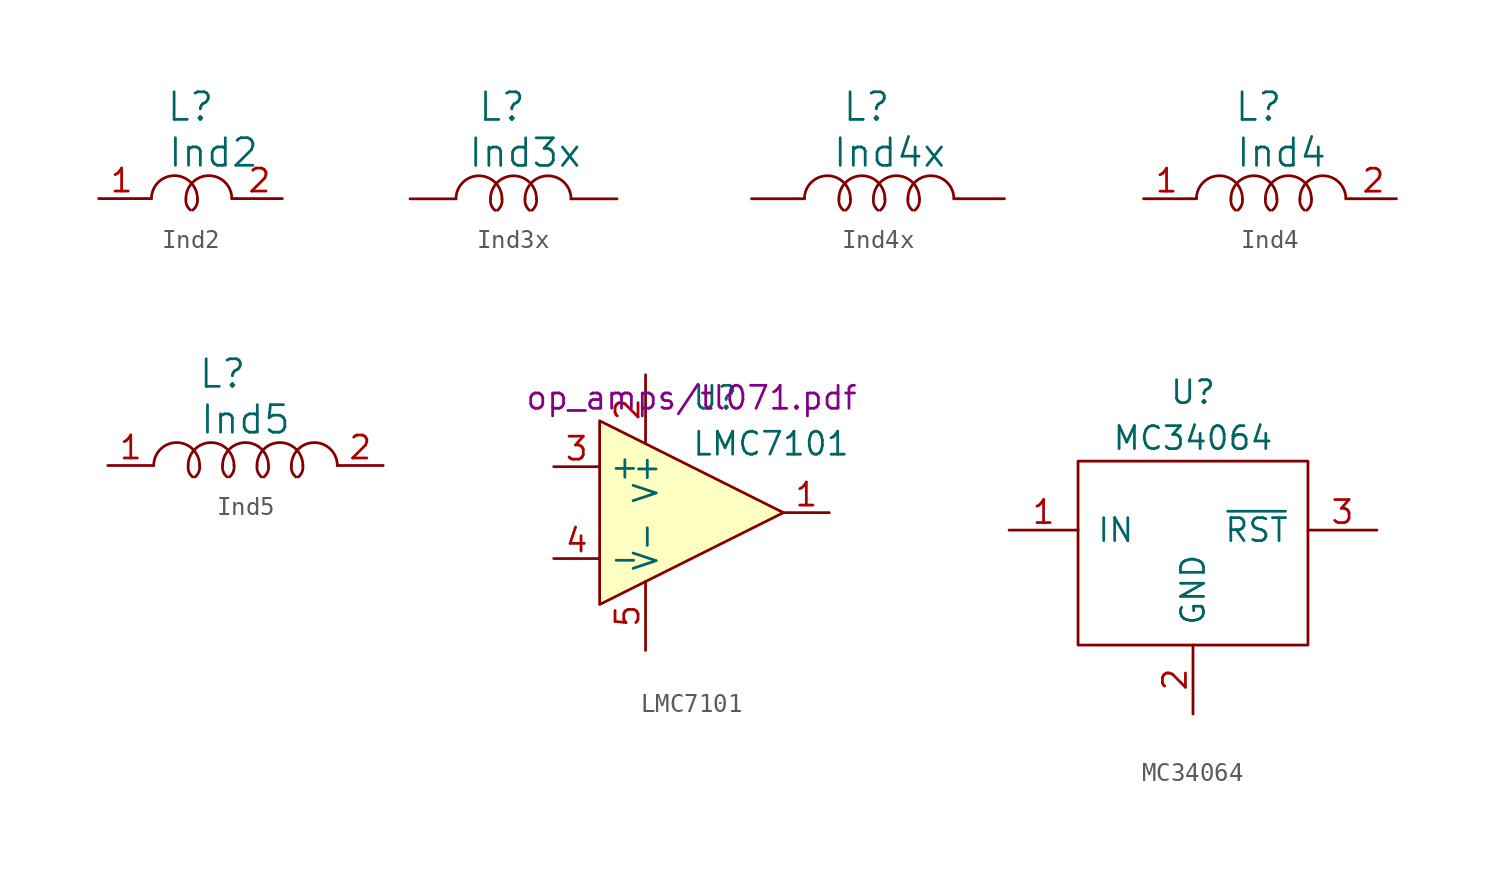
<source format=kicad_sym>
(kicad_symbol_lib
  (version 20231120)
  (generator "kicad_symbol_editor")
  (generator_version "8.0")
  (symbol "Ind2"
    (pin_names
      (offset 1.016) hide)
    (property "Reference" "L"
      (at 0 5.08 0)
      (effects (font (size 1.524 1.524))))
    (property "Value" "Ind2"
      (at 1.27 2.54 0)
      (effects (font (size 1.524 1.524))))
    (property "Footprint" ""
      (at 1.905 0.254 90)
      (effects (font (size 1.524 1.524))))
    (property "Datasheet" ""
      (at 1.905 0.254 90)
      (effects (font (size 1.524 1.524))))
    (symbol "Ind2_0_1"
      (arc (start -0.254 0) (mid -0.2132 -0.3516) (end 0 -0.635) (stroke (width 0) (type default)) (fill (type none)))
      (polyline (pts (xy -2.159 0) (xy -2.54 0)) (stroke (width 0) (type default)) (fill (type none)))
      (polyline (pts (xy 2.286 0) (xy 2.54 0)) (stroke (width 0) (type default)) (fill (type none)))
      (arc (start 0.127 -0.635) (mid 0.3378 -0.3501) (end 0.381 0) (stroke (width 0) (type default)) (fill (type none)))
      (arc (start 0.381 0) (mid -0.889 1.2645) (end -2.159 0) (stroke (width 0) (type default)) (fill (type none)))
      (arc (start 2.286 0) (mid 1.016 1.2645) (end -0.254 0) (stroke (width 0) (type default)) (fill (type none))))
    (symbol "Ind2_1_1"
      (pin input line (at -5.08 0 0) (length 2.54) (name "1" (effects (font (size 1.27 1.27)))) (number "1" (effects (font (size 1.27 1.27)))))
      (pin input line (at 5.08 0 180) (length 2.54) (name "2" (effects (font (size 1.27 1.27)))) (number "2" (effects (font (size 1.27 1.27)))))))
  (symbol "Ind3x"
    (pin_numbers hide)
    (pin_names
      (offset 1.016) hide)
    (property "Reference" "L"
      (at -1.27 5.08 0)
      (effects (font (size 1.524 1.524))))
    (property "Value" "Ind3x"
      (at 0 2.54 0)
      (effects (font (size 1.524 1.524))))
    (property "Footprint" ""
      (at 0.254 0.254 90)
      (effects (font (size 1.524 1.524))))
    (property "Datasheet" ""
      (at 0.254 0.254 90)
      (effects (font (size 1.524 1.524))))
    (symbol "Ind3x_0_1"
      (arc (start -1.905 0) (mid -1.8642 -0.3516) (end -1.651 -0.635) (stroke (width 0) (type default)) (fill (type none)))
      (arc (start -1.524 -0.635) (mid -1.3132 -0.3501) (end -1.27 0) (stroke (width 0) (type default)) (fill (type none)))
      (arc (start -1.27 0) (mid -2.54 1.2645) (end -3.81 0) (stroke (width 0) (type default)) (fill (type none)))
      (arc (start 0 0) (mid 0.0408 -0.3516) (end 0.254 -0.635) (stroke (width 0) (type default)) (fill (type none)))
      (arc (start 0.381 -0.635) (mid 0.5918 -0.3501) (end 0.635 0) (stroke (width 0) (type default)) (fill (type none)))
      (arc (start 0.635 0) (mid -0.635 1.2645) (end -1.905 0) (stroke (width 0) (type default)) (fill (type none)))
      (arc (start 2.54 0) (mid 1.27 1.2645) (end 0 0) (stroke (width 0) (type default)) (fill (type none))))
    (symbol "Ind3x_1_1"
      (pin input line (at -6.35 0 0) (length 2.54) (name "1" (effects (font (size 1.27 1.27)))) (number "1" (effects (font (size 1.27 1.27)))))
      (pin input line (at 5.08 0 180) (length 2.54) (name "2" (effects (font (size 1.27 1.27)))) (number "2" (effects (font (size 1.27 1.27)))))))
  (symbol "Ind4x"
    (pin_numbers hide)
    (pin_names
      (offset 1.016) hide)
    (property "Reference" "L"
      (at -1.27 5.08 0)
      (effects (font (size 1.524 1.524))))
    (property "Value" "Ind4x"
      (at 0 2.54 0)
      (effects (font (size 1.524 1.524))))
    (property "Footprint" ""
      (at -0.635 0.254 90)
      (effects (font (size 1.524 1.524))))
    (property "Datasheet" ""
      (at -0.635 0.254 90)
      (effects (font (size 1.524 1.524))))
    (symbol "Ind4x_0_1"
      (arc (start -2.794 0) (mid -2.7532 -0.3516) (end -2.54 -0.635) (stroke (width 0) (type default)) (fill (type none)))
      (arc (start -2.413 -0.635) (mid -2.2022 -0.3501) (end -2.159 0) (stroke (width 0) (type default)) (fill (type none)))
      (arc (start -2.159 0) (mid -3.429 1.2645) (end -4.699 0) (stroke (width 0) (type default)) (fill (type none)))
      (arc (start -0.889 0) (mid -0.8482 -0.3516) (end -0.635 -0.635) (stroke (width 0) (type default)) (fill (type none)))
      (arc (start -0.508 -0.635) (mid -0.2972 -0.3501) (end -0.254 0) (stroke (width 0) (type default)) (fill (type none)))
      (arc (start -0.254 0) (mid -1.524 1.2645) (end -2.794 0) (stroke (width 0) (type default)) (fill (type none)))
      (polyline (pts (xy -4.699 0) (xy -5.08 0)) (stroke (width 0) (type default)) (fill (type none)))
      (polyline (pts (xy 3.556 0) (xy 3.81 0)) (stroke (width 0) (type default)) (fill (type none)))
      (arc (start 1.016 0) (mid 1.0568 -0.3516) (end 1.27 -0.635) (stroke (width 0) (type default)) (fill (type none)))
      (arc (start 1.397 -0.635) (mid 1.6078 -0.3501) (end 1.651 0) (stroke (width 0) (type default)) (fill (type none)))
      (arc (start 1.651 0) (mid 0.381 1.2645) (end -0.889 0) (stroke (width 0) (type default)) (fill (type none)))
      (arc (start 3.556 0) (mid 2.286 1.2645) (end 1.016 0) (stroke (width 0) (type default)) (fill (type none))))
    (symbol "Ind4x_1_1"
      (pin input line (at -7.62 0 0) (length 2.54) (name "1" (effects (font (size 1.27 1.27)))) (number "1" (effects (font (size 1.27 1.27)))))
      (pin input line (at 6.35 0 180) (length 2.54) (name "2" (effects (font (size 1.27 1.27)))) (number "2" (effects (font (size 1.27 1.27)))))))
  (symbol "Ind4"
    (pin_names
      (offset 1.016) hide)
    (property "Reference" "L"
      (at -1.27 5.08 0)
      (effects (font (size 1.524 1.524))))
    (property "Value" "Ind4"
      (at 0 2.54 0)
      (effects (font (size 1.524 1.524))))
    (property "Footprint" ""
      (at -0.635 0.254 90)
      (effects (font (size 1.524 1.524))))
    (property "Datasheet" ""
      (at -0.635 0.254 90)
      (effects (font (size 1.524 1.524))))
    (symbol "Ind4_0_1"
      (arc (start -2.794 0) (mid -2.7532 -0.3516) (end -2.54 -0.635) (stroke (width 0) (type default)) (fill (type none)))
      (arc (start -2.413 -0.635) (mid -2.2022 -0.3501) (end -2.159 0) (stroke (width 0) (type default)) (fill (type none)))
      (arc (start -2.159 0) (mid -3.429 1.2645) (end -4.699 0) (stroke (width 0) (type default)) (fill (type none)))
      (arc (start -0.889 0) (mid -0.8482 -0.3516) (end -0.635 -0.635) (stroke (width 0) (type default)) (fill (type none)))
      (arc (start -0.508 -0.635) (mid -0.2972 -0.3501) (end -0.254 0) (stroke (width 0) (type default)) (fill (type none)))
      (arc (start -0.254 0) (mid -1.524 1.2645) (end -2.794 0) (stroke (width 0) (type default)) (fill (type none)))
      (polyline (pts (xy -4.699 0) (xy -5.08 0)) (stroke (width 0) (type default)) (fill (type none)))
      (polyline (pts (xy 3.556 0) (xy 3.81 0)) (stroke (width 0) (type default)) (fill (type none)))
      (arc (start 1.016 0) (mid 1.0568 -0.3516) (end 1.27 -0.635) (stroke (width 0) (type default)) (fill (type none)))
      (arc (start 1.397 -0.635) (mid 1.6078 -0.3501) (end 1.651 0) (stroke (width 0) (type default)) (fill (type none)))
      (arc (start 1.651 0) (mid 0.381 1.2645) (end -0.889 0) (stroke (width 0) (type default)) (fill (type none)))
      (arc (start 3.556 0) (mid 2.286 1.2645) (end 1.016 0) (stroke (width 0) (type default)) (fill (type none))))
    (symbol "Ind4_1_1"
      (pin input line (at -7.62 0 0) (length 2.54) (name "1" (effects (font (size 1.27 1.27)))) (number "1" (effects (font (size 1.27 1.27)))))
      (pin input line (at 6.35 0 180) (length 2.54) (name "2" (effects (font (size 1.27 1.27)))) (number "2" (effects (font (size 1.27 1.27)))))))
  (symbol "Ind5"
    (pin_names
      (offset 1.016) hide)
    (property "Reference" "L"
      (at -1.27 5.08 0)
      (effects (font (size 1.524 1.524))))
    (property "Value" "Ind5"
      (at 0 2.54 0)
      (effects (font (size 1.524 1.524))))
    (property "Footprint" ""
      (at -1.016 0.254 90)
      (effects (font (size 1.524 1.524))))
    (property "Datasheet" ""
      (at -1.016 0.254 90)
      (effects (font (size 1.524 1.524))))
    (symbol "Ind5_0_1"
      (arc (start -3.175 0) (mid -3.1342 -0.3516) (end -2.921 -0.635) (stroke (width 0) (type default)) (fill (type none)))
      (arc (start -2.794 -0.635) (mid -2.5832 -0.3501) (end -2.54 0) (stroke (width 0) (type default)) (fill (type none)))
      (arc (start -2.54 0) (mid -3.81 1.2645) (end -5.08 0) (stroke (width 0) (type default)) (fill (type none)))
      (arc (start -1.27 0) (mid -1.2292 -0.3516) (end -1.016 -0.635) (stroke (width 0) (type default)) (fill (type none)))
      (arc (start -0.889 -0.635) (mid -0.6782 -0.3501) (end -0.635 0) (stroke (width 0) (type default)) (fill (type none)))
      (arc (start -0.635 0) (mid -1.905 1.2645) (end -3.175 0) (stroke (width 0) (type default)) (fill (type none)))
      (arc (start 0.635 0) (mid 0.6758 -0.3516) (end 0.889 -0.635) (stroke (width 0) (type default)) (fill (type none)))
      (arc (start 1.016 -0.635) (mid 1.2268 -0.3501) (end 1.27 0) (stroke (width 0) (type default)) (fill (type none)))
      (arc (start 1.27 0) (mid 0 1.2645) (end -1.27 0) (stroke (width 0) (type default)) (fill (type none)))
      (arc (start 2.54 0) (mid 2.5808 -0.3516) (end 2.794 -0.635) (stroke (width 0) (type default)) (fill (type none)))
      (arc (start 2.921 -0.635) (mid 3.1318 -0.3501) (end 3.175 0) (stroke (width 0) (type default)) (fill (type none)))
      (arc (start 3.175 0) (mid 1.905 1.2645) (end 0.635 0) (stroke (width 0) (type default)) (fill (type none)))
      (arc (start 5.08 0) (mid 3.81 1.2645) (end 2.54 0) (stroke (width 0) (type default)) (fill (type none))))
    (symbol "Ind5_1_1"
      (pin input line (at -7.62 0 0) (length 2.54) (name "1" (effects (font (size 1.27 1.27)))) (number "1" (effects (font (size 1.27 1.27)))))
      (pin input line (at 7.62 0 180) (length 2.54) (name "2" (effects (font (size 1.27 1.27)))) (number "2" (effects (font (size 1.27 1.27)))))))
  (symbol "LMC7101"
    (property "Reference" "U"
      (at 0 6.35 0)
      (effects (font (size 1.27 1.27)) (justify left)))
    (property "Value" "LMC7101"
      (at 0 3.81 0)
      (effects (font (size 1.27 1.27)) (justify left)))
    (property "Footprint" ""
      (at 1.27 5.08 0)
      (effects (font (size 1.27 1.27))))
    (property "Datasheet" "op_amps/tl071.pdf"
      (at 0 6.35 0)
      (effects (font (size 1.27 1.27))))
    (symbol "LMC7101_0_1"
      (polyline (pts (xy -5.08 5.08) (xy 5.08 0) (xy -5.08 -5.08) (xy -5.08 5.08)) (stroke (width 0.152) (type default)) (fill (type background))))
    (symbol "LMC7101_1_1"
      (pin output line (at 7.62 0 180) (length 2.54) (name "~" (effects (font (size 1.27 1.27)))) (number "1" (effects (font (size 1.27 1.27)))))
      (pin passive line (at -2.54 7.62 270) (length 3.81) (name "V+" (effects (font (size 1.27 1.27)))) (number "2" (effects (font (size 1.27 1.27)))))
      (pin input line (at -7.62 2.54 0) (length 2.54) (name "+" (effects (font (size 1.27 1.27)))) (number "3" (effects (font (size 1.27 1.27)))))
      (pin input line (at -7.62 -2.54 0) (length 2.54) (name "-" (effects (font (size 1.27 1.27)))) (number "4" (effects (font (size 1.27 1.27)))))
      (pin passive line (at -2.54 -7.62 90) (length 3.81) (name "V-" (effects (font (size 1.27 1.27)))) (number "5" (effects (font (size 1.27 1.27)))))))
  (symbol "MC34064"
    (pin_names
      (offset 1.016))
    (property "Reference" "U"
      (at 0 7.62 0)
      (effects (font (size 1.27 1.27))))
    (property "Value" "MC34064"
      (at 0 5.08 0)
      (effects (font (size 1.27 1.27))))
    (symbol "MC34064_0_1"
      (rectangle (start -6.35 3.81) (end 6.35 -6.35) (stroke (width 0) (type default)) (fill (type none))))
    (symbol "MC34064_1_1"
      (pin input line (at -10.16 0 0) (length 3.81) (name "IN" (effects (font (size 1.27 1.27)))) (number "1" (effects (font (size 1.27 1.27)))))
      (pin input line (at 0 -10.16 90) (length 3.81) (name "GND" (effects (font (size 1.27 1.27)))) (number "2" (effects (font (size 1.27 1.27)))))
      (pin input line (at 10.16 0 180) (length 3.81) (name "~{RST}" (effects (font (size 1.27 1.27)))) (number "3" (effects (font (size 1.27 1.27))))))))
</source>
